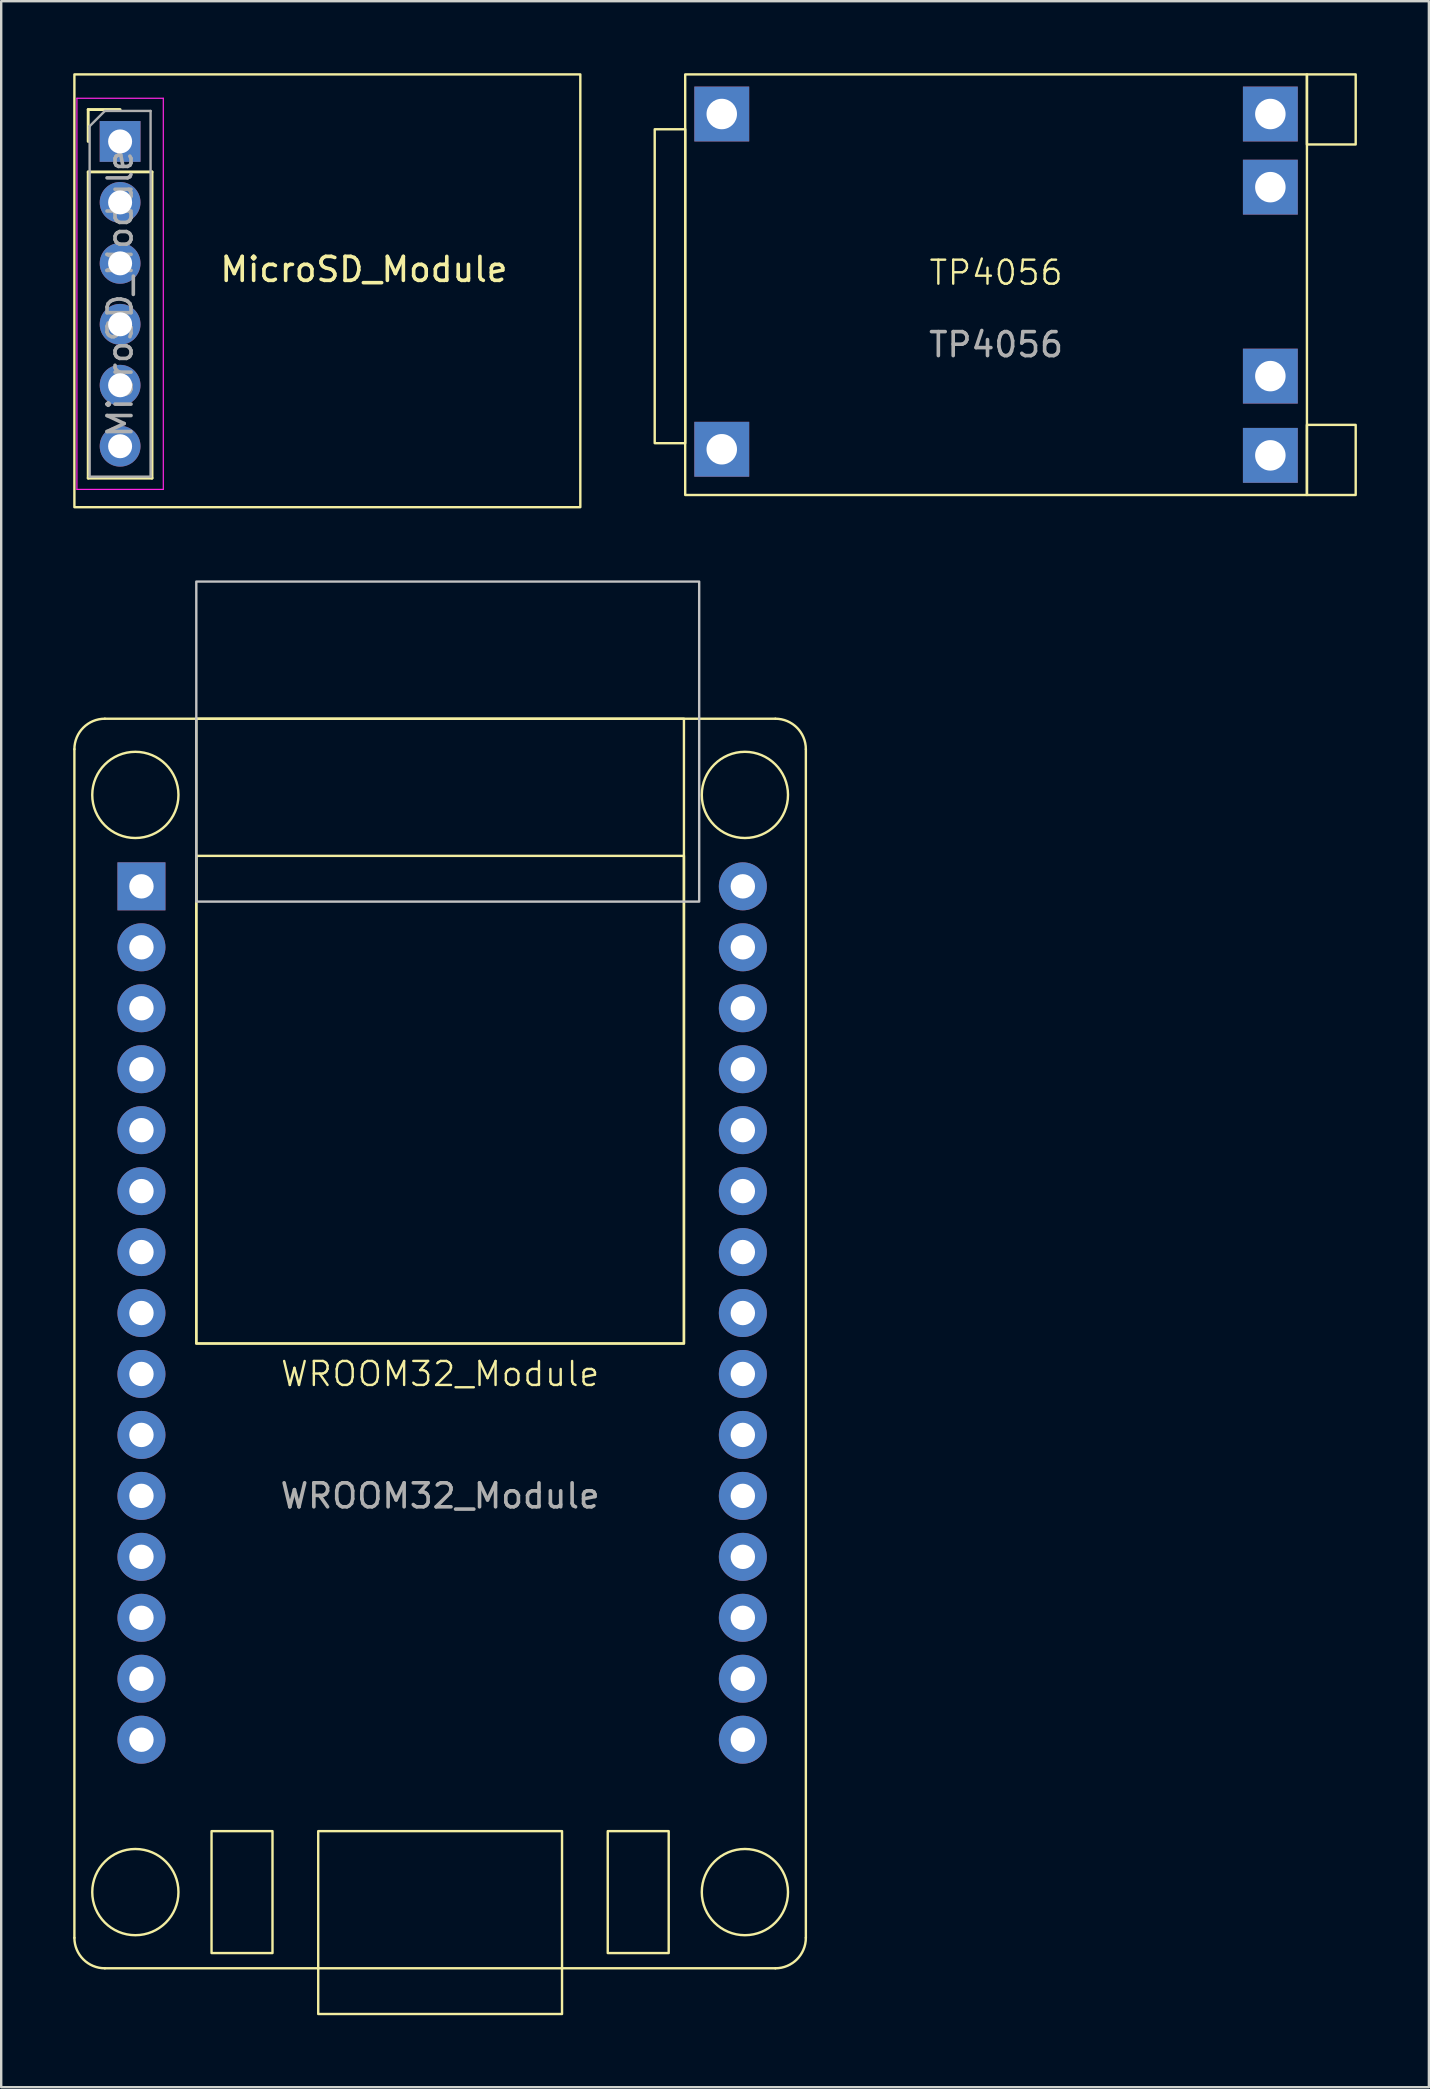
<source format=kicad_pcb>
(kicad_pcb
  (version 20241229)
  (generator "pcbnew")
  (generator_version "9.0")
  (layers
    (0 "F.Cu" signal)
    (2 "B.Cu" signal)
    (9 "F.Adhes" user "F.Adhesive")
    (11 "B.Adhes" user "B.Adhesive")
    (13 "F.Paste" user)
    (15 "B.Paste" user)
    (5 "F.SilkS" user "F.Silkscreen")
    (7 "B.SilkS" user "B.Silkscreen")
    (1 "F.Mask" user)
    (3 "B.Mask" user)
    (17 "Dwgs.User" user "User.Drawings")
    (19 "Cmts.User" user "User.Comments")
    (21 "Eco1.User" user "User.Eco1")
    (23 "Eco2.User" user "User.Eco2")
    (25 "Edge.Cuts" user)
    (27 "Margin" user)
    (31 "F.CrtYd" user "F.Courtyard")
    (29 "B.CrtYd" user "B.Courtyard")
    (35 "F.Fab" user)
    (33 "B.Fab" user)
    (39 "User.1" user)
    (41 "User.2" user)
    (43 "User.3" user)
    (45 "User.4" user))
  (footprint "MicroSD_Module"
    (layer "F.Cu")
    (at 1.955 2.844)
    (property "Reference" "MicroSD_Module" (at 10.16 5.334 0) (layer "F.SilkS") (effects (font (size 1 1) (thickness 0.15))))
    (attr through_hole)
    (fp_line (start -1.33 -1.33) (end 0 -1.33) (stroke (width 0.12) (type solid)) (layer "F.SilkS"))
    (fp_line (start -1.33 0) (end -1.33 -1.33) (stroke (width 0.12) (type solid)) (layer "F.SilkS"))
    (fp_line (start -1.33 1.27) (end -1.33 14.03) (stroke (width 0.12) (type solid)) (layer "F.SilkS"))
    (fp_line (start -1.33 1.27) (end 1.33 1.27) (stroke (width 0.12) (type solid)) (layer "F.SilkS"))
    (fp_line (start -1.33 14.03) (end 1.33 14.03) (stroke (width 0.12) (type solid)) (layer "F.SilkS"))
    (fp_line (start 1.33 1.27) (end 1.33 14.03) (stroke (width 0.12) (type solid)) (layer "F.SilkS"))
    (fp_rect (start -1.905 -2.794) (end 19.177 15.24) (stroke (width 0.1) (type default)) (fill no) (layer "F.SilkS"))
    (fp_line (start -1.8 -1.8) (end -1.8 14.5) (stroke (width 0.05) (type solid)) (layer "F.CrtYd"))
    (fp_line (start -1.8 14.5) (end 1.8 14.5) (stroke (width 0.05) (type solid)) (layer "F.CrtYd"))
    (fp_line (start 1.8 -1.8) (end -1.8 -1.8) (stroke (width 0.05) (type solid)) (layer "F.CrtYd"))
    (fp_line (start 1.8 14.5) (end 1.8 -1.8) (stroke (width 0.05) (type solid)) (layer "F.CrtYd"))
    (fp_line (start -1.27 -0.635) (end -0.635 -1.27) (stroke (width 0.1) (type solid)) (layer "F.Fab"))
    (fp_line (start -1.27 13.97) (end -1.27 -0.635) (stroke (width 0.1) (type solid)) (layer "F.Fab"))
    (fp_line (start -0.635 -1.27) (end 1.27 -1.27) (stroke (width 0.1) (type solid)) (layer "F.Fab"))
    (fp_line (start 1.27 -1.27) (end 1.27 13.97) (stroke (width 0.1) (type solid)) (layer "F.Fab"))
    (fp_line (start 1.27 13.97) (end -1.27 13.97) (stroke (width 0.1) (type solid)) (layer "F.Fab"))
    (fp_text user "${REFERENCE}" (at 0 6.35 90) (layer "F.Fab") (effects (font (size 1 1) (thickness 0.15))))
    (pad "1" thru_hole rect (at 0 0) (size 1.7 1.7) (drill 1) (layers "*.Cu" "*.Mask"))
    (pad "2" thru_hole oval (at 0 2.54) (size 1.7 1.7) (drill 1) (layers "*.Cu" "*.Mask"))
    (pad "3" thru_hole oval (at 0 5.08) (size 1.7 1.7) (drill 1) (layers "*.Cu" "*.Mask"))
    (pad "4" thru_hole oval (at 0 7.62) (size 1.7 1.7) (drill 1) (layers "*.Cu" "*.Mask"))
    (pad "5" thru_hole oval (at 0 10.16) (size 1.7 1.7) (drill 1) (layers "*.Cu" "*.Mask"))
    (pad "6" thru_hole oval (at 0 12.7) (size 1.7 1.7) (drill 1) (layers "*.Cu" "*.Mask")))
  (footprint "TP4056"
    (layer "F.Cu")
    (at 38.456 8.813)
    (property "Reference" "TP4056" (at 0 -0.5 0) (unlocked yes) (layer "F.SilkS") (effects (font (size 1 1) (thickness 0.1))))
    (attr through_hole)
    (fp_rect (start -14.224 -6.477) (end -12.954 6.604) (stroke (width 0.1) (type default)) (fill no) (layer "F.SilkS"))
    (fp_rect (start -12.954 -8.763) (end 12.954 8.763) (stroke (width 0.1) (type default)) (fill no) (layer "F.SilkS"))
    (fp_rect (start 12.954 -8.763) (end 14.986 -5.842) (stroke (width 0.1) (type default)) (fill no) (layer "F.SilkS"))
    (fp_rect (start 12.954 5.842) (end 14.986 8.763) (stroke (width 0.1) (type default)) (fill no) (layer "F.SilkS"))
    (fp_text user "${REFERENCE}" (at 0 2.5 0) (unlocked yes) (layer "F.Fab") (effects (font (size 1 1) (thickness 0.15))))
    (pad "1" thru_hole rect (at -11.43 -7.112) (size 2.286 2.286) (drill 1.27) (layers "*.Cu" "*.Mask"))
    (pad "2" thru_hole rect (at -11.43 6.858) (size 2.286 2.286) (drill 1.27) (layers "*.Cu" "*.Mask"))
    (pad "3" thru_hole rect (at 11.43 -7.112) (size 2.286 2.286) (drill 1.27) (layers "*.Cu" "*.Mask"))
    (pad "4" thru_hole rect (at 11.43 7.112) (size 2.286 2.286) (drill 1.27) (layers "*.Cu" "*.Mask"))
    (pad "5" thru_hole rect (at 11.43 -4.064) (size 2.286 2.286) (drill 1.27) (layers "*.Cu" "*.Mask"))
    (pad "6" thru_hole rect (at 11.43 3.81) (size 2.286 2.286) (drill 1.27) (layers "*.Cu" "*.Mask")))
  (footprint "WROOM32_Module"
    (layer "F.Cu")
    (at 15.29 50.394)
    (property "Reference" "WROOM32_Module" (at 0 3.81 0) (unlocked yes) (layer "F.SilkS") (effects (font (size 1 1) (thickness 0.1))))
    (attr through_hole)
    (fp_line (start -15.24 27.305) (end -15.24 -22.225) (stroke (width 0.1) (type default)) (layer "F.SilkS"))
    (fp_line (start -13.97 -23.495) (end 13.97 -23.495) (stroke (width 0.1) (type default)) (layer "F.SilkS"))
    (fp_line (start 13.97 28.575) (end -13.97 28.575) (stroke (width 0.1) (type default)) (layer "F.SilkS"))
    (fp_line (start 15.24 -22.225) (end 15.24 27.305) (stroke (width 0.1) (type default)) (layer "F.SilkS"))
    (fp_rect (start -10.16 -23.495) (end 10.16 2.54) (stroke (width 0.1) (type default)) (fill no) (layer "F.SilkS"))
    (fp_rect (start -10.16 -17.78) (end 10.16 2.54) (stroke (width 0.1) (type default)) (fill no) (layer "F.SilkS"))
    (fp_rect (start -9.525 22.86) (end -6.985 27.94) (stroke (width 0.1) (type default)) (fill no) (layer "F.SilkS"))
    (fp_rect (start -5.08 22.86) (end 5.08 30.48) (stroke (width 0.1) (type default)) (fill no) (layer "F.SilkS"))
    (fp_rect (start 6.985 22.86) (end 9.525 27.94) (stroke (width 0.1) (type default)) (fill no) (layer "F.SilkS"))
    (fp_arc (start -15.24 -22.225) (mid -14.868026 -23.123026) (end -13.97 -23.495) (stroke (width 0.1) (type default)) (layer "F.SilkS"))
    (fp_arc (start -13.97 28.575) (mid -14.868026 28.203026) (end -15.24 27.305) (stroke (width 0.1) (type default)) (layer "F.SilkS"))
    (fp_arc (start 13.97 -23.495) (mid 14.868026 -23.123026) (end 15.24 -22.225) (stroke (width 0.1) (type default)) (layer "F.SilkS"))
    (fp_arc (start 15.24 27.305) (mid 14.868026 28.203026) (end 13.97 28.575) (stroke (width 0.1) (type default)) (layer "F.SilkS"))
    (fp_circle (center -12.7 -20.32) (end -11.43 -21.59) (stroke (width 0.1) (type default)) (fill no) (layer "F.SilkS"))
    (fp_circle (center -12.7 25.4) (end -11.43 24.13) (stroke (width 0.1) (type default)) (fill no) (layer "F.SilkS"))
    (fp_circle (center 12.7 -20.32) (end 13.97 -21.59) (stroke (width 0.1) (type default)) (fill no) (layer "F.SilkS"))
    (fp_circle (center 12.7 25.4) (end 13.97 24.13) (stroke (width 0.1) (type default)) (fill no) (layer "F.SilkS"))
    (fp_rect (start -10.16 -29.21) (end 10.795 -15.875) (stroke (width 0.1) (type default)) (fill no) (layer "Dwgs.User"))
    (fp_text user "${REFERENCE}" (at 0 8.89 0) (unlocked yes) (layer "F.Fab") (effects (font (size 1 1) (thickness 0.15))))
    (pad "1" thru_hole rect (at -12.446 -16.51) (size 2 2) (drill 1.016) (layers "*.Cu" "*.Mask"))
    (pad "2" thru_hole circle (at -12.446 -13.97) (size 2 2) (drill 1.016) (layers "*.Cu" "*.Mask"))
    (pad "3" thru_hole circle (at -12.446 -11.43) (size 2 2) (drill 1.016) (layers "*.Cu" "*.Mask"))
    (pad "4" thru_hole circle (at -12.446 -8.89) (size 2 2) (drill 1.016) (layers "*.Cu" "*.Mask"))
    (pad "5" thru_hole circle (at -12.446 -6.35) (size 2 2) (drill 1.016) (layers "*.Cu" "*.Mask"))
    (pad "6" thru_hole circle (at -12.446 -3.81) (size 2 2) (drill 1.016) (layers "*.Cu" "*.Mask"))
    (pad "7" thru_hole circle (at -12.446 -1.27) (size 2 2) (drill 1.016) (layers "*.Cu" "*.Mask"))
    (pad "8" thru_hole circle (at -12.446 1.27) (size 2 2) (drill 1.016) (layers "*.Cu" "*.Mask"))
    (pad "9" thru_hole circle (at -12.446 3.81) (size 2 2) (drill 1.016) (layers "*.Cu" "*.Mask"))
    (pad "10" thru_hole circle (at -12.446 6.35) (size 2 2) (drill 1.016) (layers "*.Cu" "*.Mask"))
    (pad "11" thru_hole circle (at -12.446 8.89) (size 2 2) (drill 1.016) (layers "*.Cu" "*.Mask"))
    (pad "12" thru_hole circle (at -12.446 11.43) (size 2 2) (drill 1.016) (layers "*.Cu" "*.Mask"))
    (pad "13" thru_hole circle (at -12.446 13.97) (size 2 2) (drill 1.016) (layers "*.Cu" "*.Mask"))
    (pad "14" thru_hole circle (at -12.446 16.51) (size 2 2) (drill 1.016) (layers "*.Cu" "*.Mask"))
    (pad "15" thru_hole circle (at -12.446 19.05) (size 2 2) (drill 1.016) (layers "*.Cu" "*.Mask"))
    (pad "16" thru_hole circle (at 12.614 19.05) (size 2 2) (drill 1.016) (layers "*.Cu" "*.Mask"))
    (pad "17" thru_hole circle (at 12.614 16.51) (size 2 2) (drill 1.016) (layers "*.Cu" "*.Mask"))
    (pad "18" thru_hole circle (at 12.614 13.97) (size 2 2) (drill 1.016) (layers "*.Cu" "*.Mask"))
    (pad "19" thru_hole circle (at 12.614 11.43) (size 2 2) (drill 1.016) (layers "*.Cu" "*.Mask"))
    (pad "20" thru_hole circle (at 12.614 8.89) (size 2 2) (drill 1.016) (layers "*.Cu" "*.Mask"))
    (pad "21" thru_hole circle (at 12.614 6.35) (size 2 2) (drill 1.016) (layers "*.Cu" "*.Mask"))
    (pad "22" thru_hole circle (at 12.614 3.81) (size 2 2) (drill 1.016) (layers "*.Cu" "*.Mask"))
    (pad "23" thru_hole circle (at 12.614 1.27) (size 2 2) (drill 1.016) (layers "*.Cu" "*.Mask"))
    (pad "24" thru_hole circle (at 12.614 -1.27) (size 2 2) (drill 1.016) (layers "*.Cu" "*.Mask"))
    (pad "25" thru_hole circle (at 12.614 -3.81) (size 2 2) (drill 1.016) (layers "*.Cu" "*.Mask"))
    (pad "26" thru_hole circle (at 12.614 -6.35) (size 2 2) (drill 1.016) (layers "*.Cu" "*.Mask"))
    (pad "27" thru_hole circle (at 12.614 -8.89) (size 2 2) (drill 1.016) (layers "*.Cu" "*.Mask"))
    (pad "28" thru_hole circle (at 12.614 -11.43) (size 2 2) (drill 1.016) (layers "*.Cu" "*.Mask"))
    (pad "29" thru_hole circle (at 12.614 -13.97) (size 2 2) (drill 1.016) (layers "*.Cu" "*.Mask"))
    (pad "30" thru_hole circle (at 12.614 -16.51) (size 2 2) (drill 1.016) (layers "*.Cu" "*.Mask")))
  (gr_rect
    (start -3 -3)
    (end 56.492 83.924)
    (stroke (width 0.1) (type default))
    (fill no)
    (layer "Edge.Cuts")))
</source>
